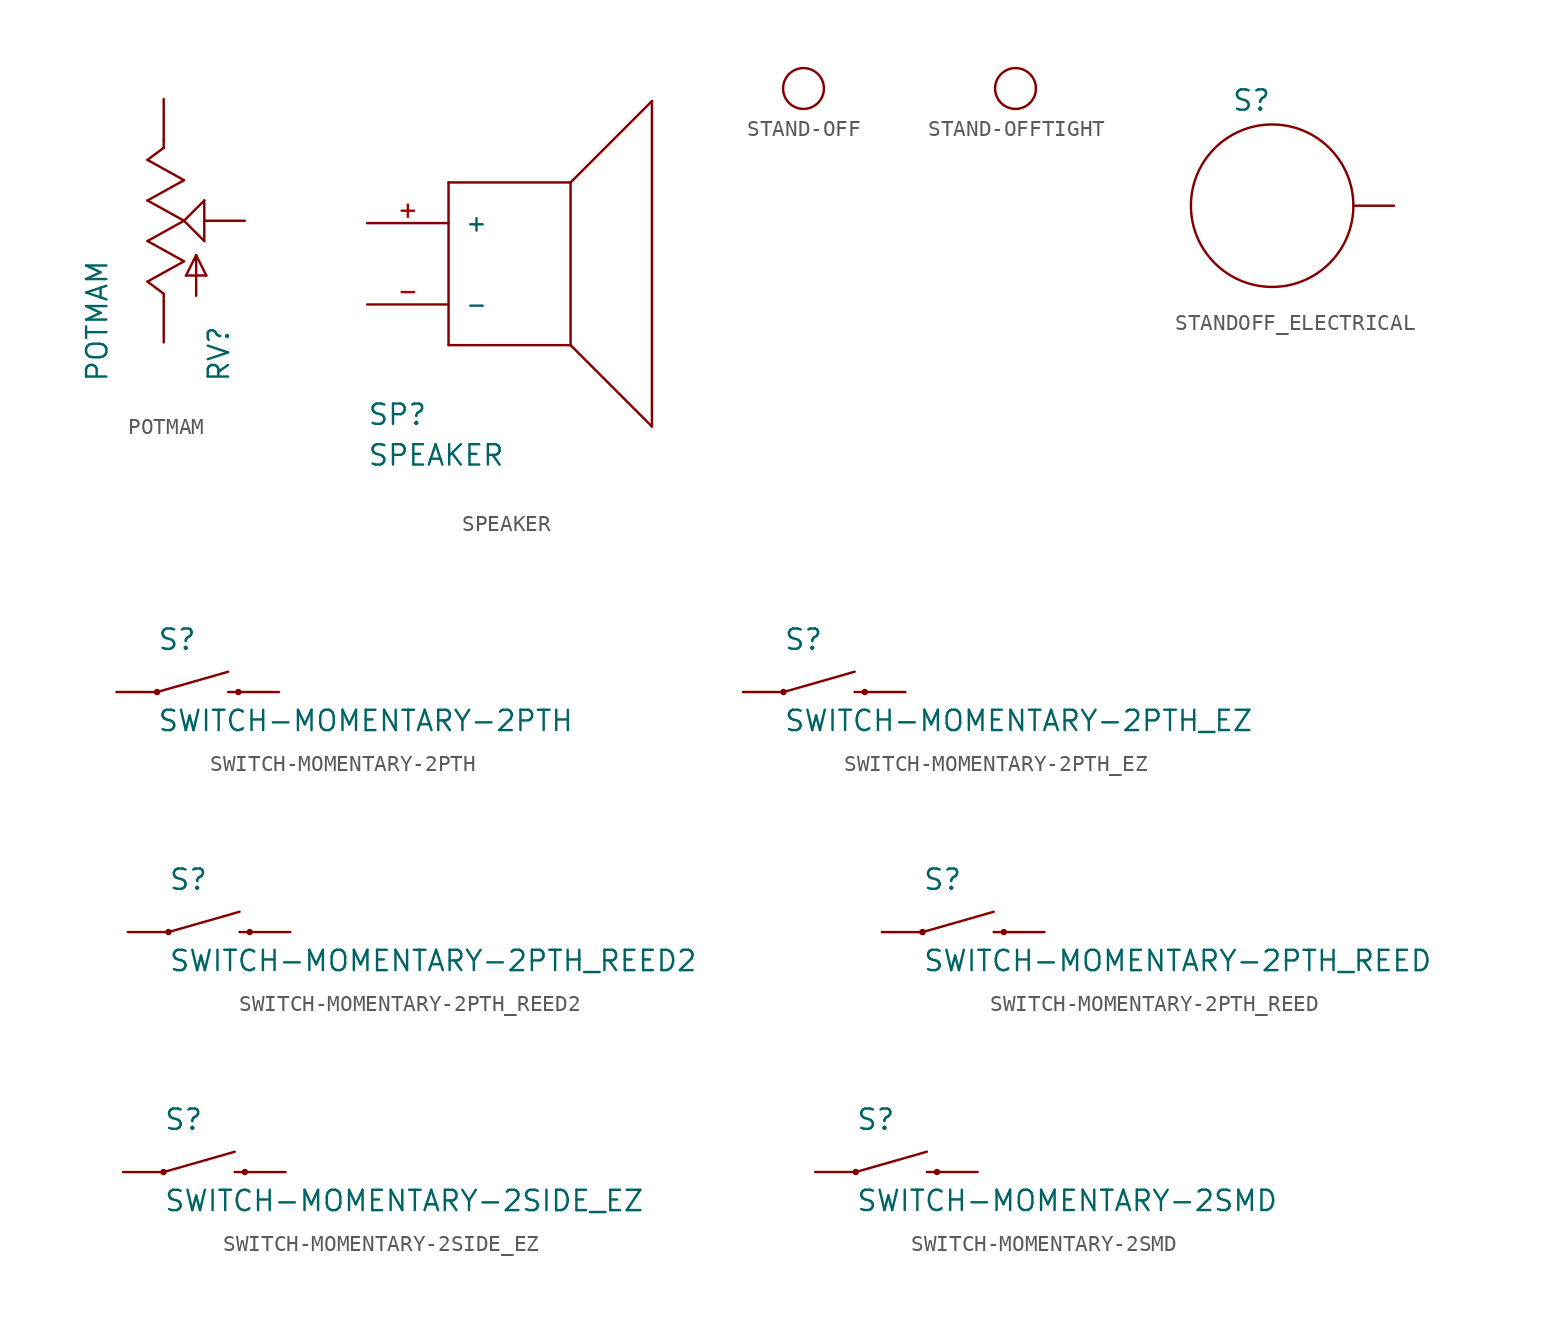
<source format=kicad_sym>
(kicad_symbol_lib
  (version 20211014)
  (generator kicad_symbol_editor)
  (symbol "POTMAM"
    (pin_numbers hide)
    (pin_names
      (offset 1.016) hide)
    (property "Reference" "RV"
      (at 4.191 -10.16 90)
      (effects (font (size 1.27 1.27)) (justify left bottom)))
    (property "Value" "POTMAM"
      (at -3.429 -10.16 90)
      (effects (font (size 1.27 1.27)) (justify left bottom)))
    (property "ki_locked" ""
      (at 0 0 0)
      (effects (font (size 1.27 1.27))))
    (symbol "POTMAM_1_0"
      (polyline (pts (xy -1.016 -3.81) (xy 1.27 -2.54)) (stroke (width 0) (type default) (color 0 0 0 0)) (fill (type none)))
      (polyline (pts (xy -1.016 -1.27) (xy 1.27 0)) (stroke (width 0) (type default) (color 0 0 0 0)) (fill (type none)))
      (polyline (pts (xy -1.016 1.27) (xy 1.27 2.54)) (stroke (width 0) (type default) (color 0 0 0 0)) (fill (type none)))
      (polyline (pts (xy -1.016 3.81) (xy 0 4.572)) (stroke (width 0) (type default) (color 0 0 0 0)) (fill (type none)))
      (polyline (pts (xy 0 -5.08) (xy 0 -4.572)) (stroke (width 0) (type default) (color 0 0 0 0)) (fill (type none)))
      (polyline (pts (xy 0 -4.572) (xy -1.016 -3.81)) (stroke (width 0) (type default) (color 0 0 0 0)) (fill (type none)))
      (polyline (pts (xy 0 4.572) (xy 0 5.08)) (stroke (width 0) (type default) (color 0 0 0 0)) (fill (type none)))
      (polyline (pts (xy 1.27 -2.54) (xy -1.016 -1.27)) (stroke (width 0) (type default) (color 0 0 0 0)) (fill (type none)))
      (polyline (pts (xy 1.27 0) (xy -1.016 1.27)) (stroke (width 0) (type default) (color 0 0 0 0)) (fill (type none)))
      (polyline (pts (xy 1.27 0) (xy 2.54 1.27)) (stroke (width 0) (type default) (color 0 0 0 0)) (fill (type none)))
      (polyline (pts (xy 1.27 2.54) (xy -1.016 3.81)) (stroke (width 0) (type default) (color 0 0 0 0)) (fill (type none)))
      (polyline (pts (xy 1.397 -3.429) (xy 2.032 -2.159)) (stroke (width 0) (type default) (color 0 0 0 0)) (fill (type none)))
      (polyline (pts (xy 2.032 -4.699) (xy 2.032 -2.159)) (stroke (width 0) (type default) (color 0 0 0 0)) (fill (type none)))
      (polyline (pts (xy 2.032 -2.159) (xy 2.667 -3.429)) (stroke (width 0) (type default) (color 0 0 0 0)) (fill (type none)))
      (polyline (pts (xy 2.54 -1.27) (xy 1.27 0)) (stroke (width 0) (type default) (color 0 0 0 0)) (fill (type none)))
      (polyline (pts (xy 2.54 1.27) (xy 2.54 -1.27)) (stroke (width 0) (type default) (color 0 0 0 0)) (fill (type none)))
      (polyline (pts (xy 2.667 -3.429) (xy 1.397 -3.429)) (stroke (width 0) (type default) (color 0 0 0 0)) (fill (type none))))
    (symbol "POTMAM_1_1"
      (pin passive line (at 5.08 0 180) (length 2.54) (name "S" (effects (font (size 1.016 1.016)))) (number "P$1" (effects (font (size 1.016 1.016)))))
      (pin passive line (at 0 -7.62 90) (length 2.54) (name "A" (effects (font (size 1.016 1.016)))) (number "P$2" (effects (font (size 1.016 1.016)))))
      (pin passive line (at 0 7.62 270) (length 2.54) (name "E" (effects (font (size 1.016 1.016)))) (number "P$3" (effects (font (size 1.016 1.016)))))))
  (symbol "SPEAKER"
    (pin_names
      (offset 1.016))
    (property "Reference" "SP"
      (at -10.16 -10.16 0)
      (effects (font (size 1.27 1.27)) (justify left bottom)))
    (property "Value" "SPEAKER"
      (at -10.16 -12.7 0)
      (effects (font (size 1.27 1.27)) (justify left bottom)))
    (property "ki_locked" ""
      (at 0 0 0)
      (effects (font (size 1.27 1.27))))
    (symbol "SPEAKER_1_0"
      (polyline (pts (xy -5.08 -5.08) (xy 2.54 -5.08)) (stroke (width 0) (type default) (color 0 0 0 0)) (fill (type none)))
      (polyline (pts (xy -5.08 5.08) (xy -5.08 -5.08)) (stroke (width 0) (type default) (color 0 0 0 0)) (fill (type none)))
      (polyline (pts (xy 2.54 -5.08) (xy 2.54 5.08)) (stroke (width 0) (type default) (color 0 0 0 0)) (fill (type none)))
      (polyline (pts (xy 2.54 5.08) (xy -5.08 5.08)) (stroke (width 0) (type default) (color 0 0 0 0)) (fill (type none)))
      (polyline (pts (xy 2.54 5.08) (xy 7.62 10.16)) (stroke (width 0) (type default) (color 0 0 0 0)) (fill (type none)))
      (polyline (pts (xy 7.62 -10.16) (xy 2.54 -5.08)) (stroke (width 0) (type default) (color 0 0 0 0)) (fill (type none)))
      (polyline (pts (xy 7.62 10.16) (xy 7.62 -10.16)) (stroke (width 0) (type default) (color 0 0 0 0)) (fill (type none))))
    (symbol "SPEAKER_1_1"
      (pin bidirectional line (at -10.16 2.54 0) (length 5.08) (name "+" (effects (font (size 1.016 1.016)))) (number "+" (effects (font (size 1.016 1.016)))))
      (pin bidirectional line (at -10.16 -2.54 0) (length 5.08) (name "-" (effects (font (size 1.016 1.016)))) (number "-" (effects (font (size 1.016 1.016)))))))
  (symbol "STAND-OFF"
    (pin_numbers hide)
    (pin_names
      (offset 1.016) hide)
    (property "Reference" "H"
      (at 0 0 0)
      (effects (font (size 1.27 1.27)) hide))
    (property "ki_locked" ""
      (at 0 0 0)
      (effects (font (size 1.27 1.27))))
    (symbol "STAND-OFF_1_1"
      (circle (center 0 0) (radius 1.27) (stroke (width 0) (type default) (color 0 0 0 0)) (fill (type none)))))
  (symbol "STAND-OFFTIGHT"
    (pin_numbers hide)
    (pin_names
      (offset 1.016) hide)
    (property "Reference" "H"
      (at 0 0 0)
      (effects (font (size 1.27 1.27)) hide))
    (property "ki_locked" ""
      (at 0 0 0)
      (effects (font (size 1.27 1.27))))
    (symbol "STAND-OFFTIGHT_1_1"
      (circle (center 0 0) (radius 1.27) (stroke (width 0) (type default) (color 0 0 0 0)) (fill (type none)))))
  (symbol "STANDOFF_ELECTRICAL"
    (pin_numbers hide)
    (pin_names
      (offset 1.016) hide)
    (property "Reference" "S"
      (at -2.54 5.842 0)
      (effects (font (size 1.27 1.27)) (justify left bottom)))
    (property "ki_locked" ""
      (at 0 0 0)
      (effects (font (size 1.27 1.27))))
    (symbol "STANDOFF_ELECTRICAL_1_1"
      (circle (center 0 0) (radius 5.08) (stroke (width 0) (type default) (color 0 0 0 0)) (fill (type none)))
      (pin bidirectional line (at 7.62 0 180) (length 2.54) (name "P$1" (effects (font (size 1.016 1.016)))) (number "P1" (effects (font (size 1.016 1.016)))))))
  (symbol "SWITCH-MOMENTARY-2PTH"
    (pin_numbers hide)
    (pin_names
      (offset 1.016) hide)
    (property "Reference" "S"
      (at -2.54 2.54 0)
      (effects (font (size 1.27 1.27)) (justify left bottom)))
    (property "Value" "SWITCH-MOMENTARY-2PTH"
      (at -2.54 -2.54 0)
      (effects (font (size 1.27 1.27)) (justify left bottom)))
    (property "ki_locked" ""
      (at 0 0 0)
      (effects (font (size 1.27 1.27))))
    (symbol "SWITCH-MOMENTARY-2PTH_1_0"
      (polyline (pts (xy -2.54 0) (xy 1.905 1.27)) (stroke (width 0) (type default) (color 0 0 0 0)) (fill (type none)))
      (polyline (pts (xy 1.905 0) (xy 2.54 0)) (stroke (width 0) (type default) (color 0 0 0 0)) (fill (type none))))
    (symbol "SWITCH-MOMENTARY-2PTH_1_1"
      (circle (center -2.54 0) (radius 0.127) (stroke (width 0) (type default) (color 0 0 0 0)) (fill (type outline)))
      (circle (center 2.54 0) (radius 0.127) (stroke (width 0) (type default) (color 0 0 0 0)) (fill (type outline)))
      (pin passive line (at -5.08 0 0) (length 2.54) (name "1" (effects (font (size 1.016 1.016)))) (number "1" (effects (font (size 1.016 1.016)))))
      (pin passive line (at 5.08 0 180) (length 2.54) (name "2" (effects (font (size 1.016 1.016)))) (number "3" (effects (font (size 1.016 1.016)))))))
  (symbol "SWITCH-MOMENTARY-2PTH_EZ"
    (pin_numbers hide)
    (pin_names
      (offset 1.016) hide)
    (property "Reference" "S"
      (at -2.54 2.54 0)
      (effects (font (size 1.27 1.27)) (justify left bottom)))
    (property "Value" "SWITCH-MOMENTARY-2PTH_EZ"
      (at -2.54 -2.54 0)
      (effects (font (size 1.27 1.27)) (justify left bottom)))
    (property "ki_locked" ""
      (at 0 0 0)
      (effects (font (size 1.27 1.27))))
    (symbol "SWITCH-MOMENTARY-2PTH_EZ_1_0"
      (polyline (pts (xy -2.54 0) (xy 1.905 1.27)) (stroke (width 0) (type default) (color 0 0 0 0)) (fill (type none)))
      (polyline (pts (xy 1.905 0) (xy 2.54 0)) (stroke (width 0) (type default) (color 0 0 0 0)) (fill (type none))))
    (symbol "SWITCH-MOMENTARY-2PTH_EZ_1_1"
      (circle (center -2.54 0) (radius 0.127) (stroke (width 0) (type default) (color 0 0 0 0)) (fill (type outline)))
      (circle (center 2.54 0) (radius 0.127) (stroke (width 0) (type default) (color 0 0 0 0)) (fill (type outline)))
      (pin passive line (at -5.08 0 0) (length 2.54) (name "1" (effects (font (size 1.016 1.016)))) (number "1" (effects (font (size 1.016 1.016)))))
      (pin passive line (at 5.08 0 180) (length 2.54) (name "2" (effects (font (size 1.016 1.016)))) (number "3" (effects (font (size 1.016 1.016)))))))
  (symbol "SWITCH-MOMENTARY-2PTH_REED2"
    (pin_numbers hide)
    (pin_names
      (offset 1.016) hide)
    (property "Reference" "S"
      (at -2.54 2.54 0)
      (effects (font (size 1.27 1.27)) (justify left bottom)))
    (property "Value" "SWITCH-MOMENTARY-2PTH_REED2"
      (at -2.54 -2.54 0)
      (effects (font (size 1.27 1.27)) (justify left bottom)))
    (property "ki_locked" ""
      (at 0 0 0)
      (effects (font (size 1.27 1.27))))
    (symbol "SWITCH-MOMENTARY-2PTH_REED2_1_0"
      (polyline (pts (xy -2.54 0) (xy 1.905 1.27)) (stroke (width 0) (type default) (color 0 0 0 0)) (fill (type none)))
      (polyline (pts (xy 1.905 0) (xy 2.54 0)) (stroke (width 0) (type default) (color 0 0 0 0)) (fill (type none))))
    (symbol "SWITCH-MOMENTARY-2PTH_REED2_1_1"
      (circle (center -2.54 0) (radius 0.127) (stroke (width 0) (type default) (color 0 0 0 0)) (fill (type outline)))
      (circle (center 2.54 0) (radius 0.127) (stroke (width 0) (type default) (color 0 0 0 0)) (fill (type outline)))
      (pin passive line (at -5.08 0 0) (length 2.54) (name "1" (effects (font (size 1.016 1.016)))) (number "P$1" (effects (font (size 1.016 1.016)))))
      (pin passive line (at 5.08 0 180) (length 2.54) (name "2" (effects (font (size 1.016 1.016)))) (number "P$2" (effects (font (size 1.016 1.016)))))))
  (symbol "SWITCH-MOMENTARY-2PTH_REED"
    (pin_numbers hide)
    (pin_names
      (offset 1.016) hide)
    (property "Reference" "S"
      (at -2.54 2.54 0)
      (effects (font (size 1.27 1.27)) (justify left bottom)))
    (property "Value" "SWITCH-MOMENTARY-2PTH_REED"
      (at -2.54 -2.54 0)
      (effects (font (size 1.27 1.27)) (justify left bottom)))
    (property "ki_locked" ""
      (at 0 0 0)
      (effects (font (size 1.27 1.27))))
    (symbol "SWITCH-MOMENTARY-2PTH_REED_1_0"
      (polyline (pts (xy -2.54 0) (xy 1.905 1.27)) (stroke (width 0) (type default) (color 0 0 0 0)) (fill (type none)))
      (polyline (pts (xy 1.905 0) (xy 2.54 0)) (stroke (width 0) (type default) (color 0 0 0 0)) (fill (type none))))
    (symbol "SWITCH-MOMENTARY-2PTH_REED_1_1"
      (circle (center -2.54 0) (radius 0.127) (stroke (width 0) (type default) (color 0 0 0 0)) (fill (type outline)))
      (circle (center 2.54 0) (radius 0.127) (stroke (width 0) (type default) (color 0 0 0 0)) (fill (type outline)))
      (pin passive line (at -5.08 0 0) (length 2.54) (name "1" (effects (font (size 1.016 1.016)))) (number "P$1" (effects (font (size 1.016 1.016)))))
      (pin passive line (at 5.08 0 180) (length 2.54) (name "2" (effects (font (size 1.016 1.016)))) (number "P$2" (effects (font (size 1.016 1.016)))))))
  (symbol "SWITCH-MOMENTARY-2SIDE_EZ"
    (pin_numbers hide)
    (pin_names
      (offset 1.016) hide)
    (property "Reference" "S"
      (at -2.54 2.54 0)
      (effects (font (size 1.27 1.27)) (justify left bottom)))
    (property "Value" "SWITCH-MOMENTARY-2SIDE_EZ"
      (at -2.54 -2.54 0)
      (effects (font (size 1.27 1.27)) (justify left bottom)))
    (property "ki_locked" ""
      (at 0 0 0)
      (effects (font (size 1.27 1.27))))
    (symbol "SWITCH-MOMENTARY-2SIDE_EZ_1_0"
      (polyline (pts (xy -2.54 0) (xy 1.905 1.27)) (stroke (width 0) (type default) (color 0 0 0 0)) (fill (type none)))
      (polyline (pts (xy 1.905 0) (xy 2.54 0)) (stroke (width 0) (type default) (color 0 0 0 0)) (fill (type none))))
    (symbol "SWITCH-MOMENTARY-2SIDE_EZ_1_1"
      (circle (center -2.54 0) (radius 0.127) (stroke (width 0) (type default) (color 0 0 0 0)) (fill (type outline)))
      (circle (center 2.54 0) (radius 0.127) (stroke (width 0) (type default) (color 0 0 0 0)) (fill (type outline)))
      (pin passive line (at -5.08 0 0) (length 2.54) (name "1" (effects (font (size 1.016 1.016)))) (number "1" (effects (font (size 1.016 1.016)))))
      (pin passive line (at 5.08 0 180) (length 2.54) (name "2" (effects (font (size 1.016 1.016)))) (number "2" (effects (font (size 1.016 1.016)))))))
  (symbol "SWITCH-MOMENTARY-2SMD"
    (pin_numbers hide)
    (pin_names
      (offset 1.016) hide)
    (property "Reference" "S"
      (at -2.54 2.54 0)
      (effects (font (size 1.27 1.27)) (justify left bottom)))
    (property "Value" "SWITCH-MOMENTARY-2SMD"
      (at -2.54 -2.54 0)
      (effects (font (size 1.27 1.27)) (justify left bottom)))
    (property "ki_locked" ""
      (at 0 0 0)
      (effects (font (size 1.27 1.27))))
    (symbol "SWITCH-MOMENTARY-2SMD_1_0"
      (polyline (pts (xy -2.54 0) (xy 1.905 1.27)) (stroke (width 0) (type default) (color 0 0 0 0)) (fill (type none)))
      (polyline (pts (xy 1.905 0) (xy 2.54 0)) (stroke (width 0) (type default) (color 0 0 0 0)) (fill (type none))))
    (symbol "SWITCH-MOMENTARY-2SMD_1_1"
      (circle (center -2.54 0) (radius 0.127) (stroke (width 0) (type default) (color 0 0 0 0)) (fill (type outline)))
      (circle (center 2.54 0) (radius 0.127) (stroke (width 0) (type default) (color 0 0 0 0)) (fill (type outline)))
      (pin passive line (at -5.08 0 0) (length 2.54) (name "1" (effects (font (size 1.016 1.016)))) (number "1" (effects (font (size 1.016 1.016)))))
      (pin passive line (at 5.08 0 180) (length 2.54) (name "2" (effects (font (size 1.016 1.016)))) (number "3" (effects (font (size 1.016 1.016))))))))
</source>
